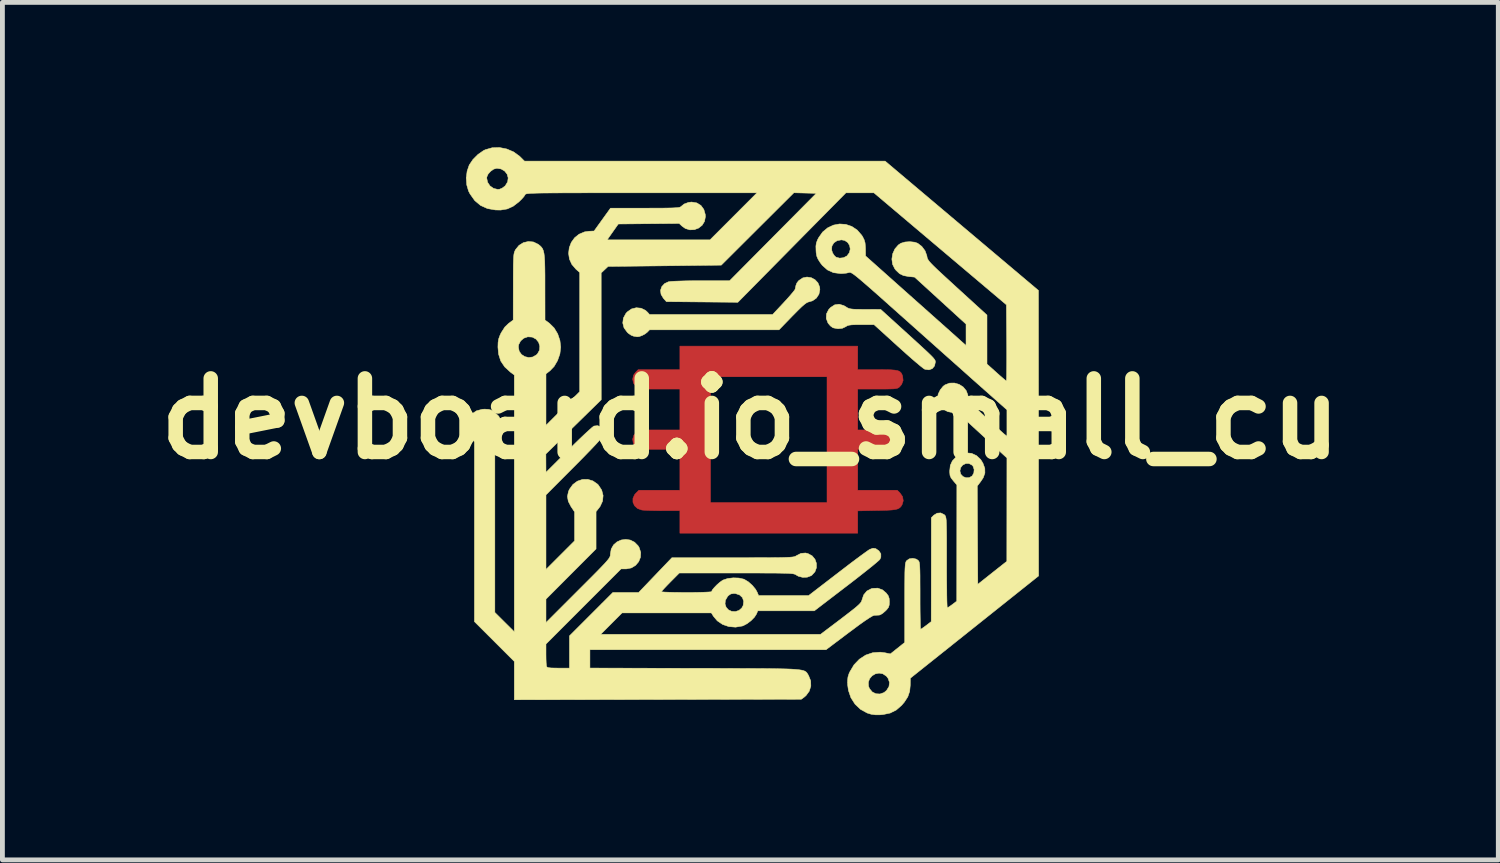
<source format=kicad_pcb>
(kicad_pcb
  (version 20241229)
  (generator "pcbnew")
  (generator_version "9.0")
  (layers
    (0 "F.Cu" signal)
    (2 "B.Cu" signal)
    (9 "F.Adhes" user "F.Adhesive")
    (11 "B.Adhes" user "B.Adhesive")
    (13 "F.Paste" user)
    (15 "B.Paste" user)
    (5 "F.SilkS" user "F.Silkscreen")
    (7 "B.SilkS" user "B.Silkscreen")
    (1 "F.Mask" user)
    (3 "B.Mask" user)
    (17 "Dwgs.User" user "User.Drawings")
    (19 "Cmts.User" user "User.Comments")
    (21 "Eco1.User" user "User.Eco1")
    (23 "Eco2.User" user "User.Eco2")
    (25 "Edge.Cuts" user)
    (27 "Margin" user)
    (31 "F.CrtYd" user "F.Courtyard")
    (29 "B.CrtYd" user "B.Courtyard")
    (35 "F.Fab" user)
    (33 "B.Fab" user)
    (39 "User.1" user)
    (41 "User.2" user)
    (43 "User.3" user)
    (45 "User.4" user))
  (footprint "devboard.io_small_cu"
    (layer "F.Cu")
    (at 12.49 5.621)
    (property "Reference" "devboard.io_small_cu" (at 0 0 0) (layer "F.SilkS") (effects (font (size 1.524 1.524) (thickness 0.3))))
    (attr through_hole)
    (fp_poly (pts (xy 2.223 -1.016) (xy 2.631 -1.016) (xy 2.785 -1.015) (xy 2.903 -1.013) (xy 2.99 -1.006) (xy 3.052 -0.995) (xy 3.093 -0.977) (xy 3.121 -0.951) (xy 3.14 -0.916) (xy 3.153 -0.881) (xy 3.163 -0.792) (xy 3.132 -0.71) (xy 3.088 -0.658) (xy 3.069 -0.643) (xy 3.046 -0.631) (xy 3.013 -0.624) (xy 2.964 -0.618) (xy 2.892 -0.616) (xy 2.79 -0.614) (xy 2.654 -0.614) (xy 2.631 -0.614) (xy 2.223 -0.614) (xy 2.223 0.233) (xy 2.625 0.233) (xy 2.781 0.234) (xy 2.901 0.237) (xy 2.989 0.244) (xy 3.052 0.256) (xy 3.094 0.275) (xy 3.123 0.303) (xy 3.143 0.34) (xy 3.154 0.37) (xy 3.162 0.448) (xy 3.143 0.526) (xy 3.102 0.59) (xy 3.072 0.612) (xy 3.035 0.621) (xy 2.959 0.627) (xy 2.849 0.632) (xy 2.711 0.635) (xy 2.626 0.635) (xy 2.223 0.635) (xy 2.223 1.482) (xy 3.042 1.482) (xy 3.097 1.536) (xy 3.152 1.615) (xy 3.166 1.7) (xy 3.144 1.776) (xy 3.122 1.814) (xy 3.095 1.843) (xy 3.059 1.865) (xy 3.007 1.88) (xy 2.932 1.89) (xy 2.831 1.896) (xy 2.695 1.9) (xy 2.619 1.901) (xy 2.223 1.909) (xy 2.223 2.371) (xy -1.46 2.371) (xy -1.46 1.905) (xy -1.815 1.905) (xy -1.94 1.904) (xy -2.055 1.902) (xy -2.153 1.898) (xy -2.223 1.894) (xy -2.249 1.891) (xy -2.337 1.86) (xy -2.399 1.803) (xy -2.432 1.73) (xy -2.432 1.65) (xy -2.397 1.572) (xy -2.372 1.544) (xy -2.31 1.482) (xy -1.46 1.482) (xy -1.46 0.635) (xy -2.323 0.635) (xy -2.378 0.579) (xy -2.426 0.505) (xy -2.438 0.423) (xy -2.414 0.343) (xy -2.369 0.288) (xy -2.304 0.233) (xy -1.46 0.233) (xy -1.46 -0.614) (xy -1.882 -0.614) (xy -2.304 -0.614) (xy -2.369 -0.669) (xy -2.421 -0.737) (xy -2.438 -0.819) (xy -2.427 -0.868) (xy -0.826 -0.868) (xy -0.826 1.736) (xy 1.587 1.736) (xy 1.587 -0.868) (xy -0.826 -0.868) (xy -2.427 -0.868) (xy -2.42 -0.901) (xy -2.378 -0.96) (xy -2.323 -1.016) (xy -1.46 -1.016) (xy -1.46 -1.503) (xy 2.223 -1.503) (xy 2.223 -1.016)) (stroke (width 0.01) (type solid)) (fill yes) (layer "F.Cu"))
    (fp_poly (pts (xy 2.223 -1.016) (xy 2.631 -1.016) (xy 2.785 -1.015) (xy 2.903 -1.013) (xy 2.99 -1.006) (xy 3.052 -0.995) (xy 3.093 -0.977) (xy 3.121 -0.951) (xy 3.14 -0.916) (xy 3.153 -0.881) (xy 3.163 -0.792) (xy 3.132 -0.71) (xy 3.088 -0.658) (xy 3.069 -0.643) (xy 3.046 -0.631) (xy 3.013 -0.624) (xy 2.964 -0.618) (xy 2.892 -0.616) (xy 2.79 -0.614) (xy 2.654 -0.614) (xy 2.631 -0.614) (xy 2.223 -0.614) (xy 2.223 0.233) (xy 2.625 0.233) (xy 2.781 0.234) (xy 2.901 0.237) (xy 2.989 0.244) (xy 3.052 0.256) (xy 3.094 0.275) (xy 3.123 0.303) (xy 3.143 0.34) (xy 3.154 0.37) (xy 3.162 0.448) (xy 3.143 0.526) (xy 3.102 0.59) (xy 3.072 0.612) (xy 3.035 0.621) (xy 2.959 0.627) (xy 2.849 0.632) (xy 2.711 0.635) (xy 2.626 0.635) (xy 2.223 0.635) (xy 2.223 1.482) (xy 3.042 1.482) (xy 3.097 1.536) (xy 3.152 1.615) (xy 3.166 1.7) (xy 3.144 1.776) (xy 3.122 1.814) (xy 3.095 1.843) (xy 3.059 1.865) (xy 3.007 1.88) (xy 2.932 1.89) (xy 2.831 1.896) (xy 2.695 1.9) (xy 2.619 1.901) (xy 2.223 1.909) (xy 2.223 2.371) (xy -1.46 2.371) (xy -1.46 1.905) (xy -1.815 1.905) (xy -1.94 1.904) (xy -2.055 1.902) (xy -2.153 1.898) (xy -2.223 1.894) (xy -2.249 1.891) (xy -2.337 1.86) (xy -2.399 1.803) (xy -2.432 1.73) (xy -2.432 1.65) (xy -2.397 1.572) (xy -2.372 1.544) (xy -2.31 1.482) (xy -1.46 1.482) (xy -1.46 0.635) (xy -2.323 0.635) (xy -2.378 0.579) (xy -2.426 0.505) (xy -2.438 0.423) (xy -2.414 0.343) (xy -2.369 0.288) (xy -2.304 0.233) (xy -1.46 0.233) (xy -1.46 -0.614) (xy -1.882 -0.614) (xy -2.304 -0.614) (xy -2.369 -0.669) (xy -2.421 -0.737) (xy -2.438 -0.819) (xy -2.427 -0.868) (xy -0.826 -0.868) (xy -0.826 1.736) (xy 1.587 1.736) (xy 1.587 -0.868) (xy -0.826 -0.868) (xy -2.427 -0.868) (xy -2.42 -0.901) (xy -2.378 -0.96) (xy -2.323 -1.016) (xy -1.46 -1.016) (xy -1.46 -1.503) (xy 2.223 -1.503) (xy 2.223 -1.016)) (stroke (width 0.01) (type solid)) (fill yes) (layer "F.Mask"))
    (fp_poly (pts (xy 1.259 -2.921) (xy 1.338 -2.879) (xy 1.399 -2.814) (xy 1.434 -2.728) (xy 1.439 -2.675) (xy 1.42 -2.579) (xy 1.367 -2.498) (xy 1.288 -2.442) (xy 1.228 -2.424) (xy 1.195 -2.415) (xy 1.16 -2.398) (xy 1.118 -2.367) (xy 1.064 -2.32) (xy 0.993 -2.251) (xy 0.9 -2.157) (xy 0.869 -2.126) (xy 0.593 -1.841) (xy -2.088 -1.841) (xy -2.138 -1.789) (xy -2.182 -1.755) (xy -2.242 -1.723) (xy -2.303 -1.701) (xy -2.347 -1.696) (xy -2.349 -1.697) (xy -2.376 -1.702) (xy -2.419 -1.709) (xy -2.47 -1.729) (xy -2.528 -1.769) (xy -2.55 -1.79) (xy -2.617 -1.882) (xy -2.643 -1.983) (xy -2.63 -2.084) (xy -2.578 -2.18) (xy -2.55 -2.211) (xy -2.462 -2.273) (xy -2.363 -2.298) (xy -2.263 -2.288) (xy -2.171 -2.243) (xy -2.129 -2.204) (xy -2.089 -2.159) (xy 0.462 -2.159) (xy 0.691 -2.404) (xy 0.77 -2.49) (xy 0.838 -2.568) (xy 0.89 -2.63) (xy 0.921 -2.672) (xy 0.927 -2.685) (xy 0.943 -2.76) (xy 0.962 -2.809) (xy 0.993 -2.85) (xy 1.006 -2.863) (xy 1.085 -2.916) (xy 1.172 -2.934) (xy 1.259 -2.921)) (stroke (width 0.01) (type solid)) (fill yes) (layer "F.SilkS"))
    (fp_poly (pts (xy 1.934 -2.343) (xy 1.977 -2.318) (xy 2.009 -2.297) (xy 2.041 -2.283) (xy 2.08 -2.274) (xy 2.134 -2.268) (xy 2.212 -2.265) (xy 2.321 -2.264) (xy 2.377 -2.264) (xy 2.699 -2.263) (xy 3.143 -1.86) (xy 3.308 -1.71) (xy 3.444 -1.586) (xy 3.554 -1.485) (xy 3.642 -1.404) (xy 3.708 -1.341) (xy 3.757 -1.293) (xy 3.791 -1.256) (xy 3.812 -1.229) (xy 3.825 -1.208) (xy 3.83 -1.191) (xy 3.831 -1.175) (xy 3.831 -1.173) (xy 3.814 -1.093) (xy 3.767 -1.037) (xy 3.699 -1.012) (xy 3.62 -1.022) (xy 3.607 -1.027) (xy 3.577 -1.047) (xy 3.519 -1.093) (xy 3.439 -1.16) (xy 3.341 -1.244) (xy 3.23 -1.342) (xy 3.109 -1.451) (xy 3.054 -1.5) (xy 2.562 -1.947) (xy 2.295 -1.947) (xy 2.181 -1.947) (xy 2.101 -1.944) (xy 2.047 -1.937) (xy 2.01 -1.927) (xy 1.982 -1.911) (xy 1.974 -1.905) (xy 1.903 -1.872) (xy 1.815 -1.863) (xy 1.726 -1.879) (xy 1.704 -1.887) (xy 1.657 -1.922) (xy 1.612 -1.975) (xy 1.606 -1.984) (xy 1.571 -2.077) (xy 1.576 -2.171) (xy 1.621 -2.26) (xy 1.66 -2.302) (xy 1.746 -2.358) (xy 1.838 -2.371) (xy 1.934 -2.343)) (stroke (width 0.01) (type solid)) (fill yes) (layer "F.SilkS"))
    (fp_poly (pts (xy -5.046 -5.586) (xy -4.903 -5.525) (xy -4.779 -5.435) (xy -4.765 -5.421) (xy -4.678 -5.334) (xy 2.791 -5.334) (xy 4.378 -3.995) (xy 5.966 -2.656) (xy 5.969 3.256) (xy 4.641 4.315) (xy 3.313 5.374) (xy 3.311 5.518) (xy 3.299 5.646) (xy 3.26 5.759) (xy 3.189 5.869) (xy 3.133 5.935) (xy 3.021 6.033) (xy 2.895 6.096) (xy 2.747 6.127) (xy 2.689 6.132) (xy 2.585 6.132) (xy 2.503 6.121) (xy 2.422 6.096) (xy 2.415 6.093) (xy 2.279 6.018) (xy 2.167 5.911) (xy 2.082 5.778) (xy 2.03 5.626) (xy 2.014 5.51) (xy 2.013 5.457) (xy 2.443 5.457) (xy 2.447 5.539) (xy 2.465 5.587) (xy 2.523 5.658) (xy 2.599 5.696) (xy 2.684 5.701) (xy 2.767 5.672) (xy 2.82 5.628) (xy 2.87 5.548) (xy 2.881 5.462) (xy 2.852 5.378) (xy 2.817 5.332) (xy 2.743 5.283) (xy 2.665 5.269) (xy 2.588 5.284) (xy 2.521 5.324) (xy 2.47 5.384) (xy 2.443 5.457) (xy 2.013 5.457) (xy 2.013 5.418) (xy 2.021 5.348) (xy 2.042 5.281) (xy 2.058 5.245) (xy 2.146 5.097) (xy 2.258 4.98) (xy 2.389 4.895) (xy 2.535 4.846) (xy 2.69 4.835) (xy 2.784 4.847) (xy 2.899 4.871) (xy 3.196 4.634) (xy 3.196 3.811) (xy 3.196 3.602) (xy 3.197 3.432) (xy 3.198 3.295) (xy 3.199 3.188) (xy 3.202 3.107) (xy 3.206 3.047) (xy 3.21 3.005) (xy 3.217 2.976) (xy 3.225 2.956) (xy 3.235 2.942) (xy 3.236 2.94) (xy 3.291 2.902) (xy 3.363 2.891) (xy 3.434 2.907) (xy 3.47 2.931) (xy 3.482 2.943) (xy 3.492 2.958) (xy 3.499 2.982) (xy 3.504 3.018) (xy 3.508 3.071) (xy 3.511 3.146) (xy 3.513 3.247) (xy 3.513 3.378) (xy 3.514 3.545) (xy 3.514 3.665) (xy 3.514 3.832) (xy 3.515 3.984) (xy 3.517 4.117) (xy 3.519 4.226) (xy 3.521 4.306) (xy 3.524 4.351) (xy 3.526 4.36) (xy 3.548 4.348) (xy 3.593 4.317) (xy 3.642 4.281) (xy 3.745 4.202) (xy 3.746 3.126) (xy 3.747 2.051) (xy 3.798 1.999) (xy 3.867 1.957) (xy 3.941 1.951) (xy 4.01 1.984) (xy 4.018 1.99) (xy 4.029 2.001) (xy 4.038 2.014) (xy 4.045 2.033) (xy 4.051 2.061) (xy 4.056 2.102) (xy 4.059 2.161) (xy 4.061 2.241) (xy 4.063 2.346) (xy 4.064 2.479) (xy 4.064 2.645) (xy 4.064 2.847) (xy 4.064 2.975) (xy 4.064 3.17) (xy 4.065 3.351) (xy 4.067 3.515) (xy 4.068 3.656) (xy 4.07 3.771) (xy 4.073 3.855) (xy 4.076 3.904) (xy 4.078 3.916) (xy 4.101 3.904) (xy 4.146 3.874) (xy 4.183 3.847) (xy 4.274 3.778) (xy 4.275 2.575) (xy 4.276 1.372) (xy 4.202 1.285) (xy 4.156 1.226) (xy 4.134 1.174) (xy 4.128 1.107) (xy 4.128 1.085) (xy 4.128 1.081) (xy 4.339 1.081) (xy 4.357 1.149) (xy 4.403 1.198) (xy 4.466 1.223) (xy 4.534 1.22) (xy 4.593 1.185) (xy 4.627 1.125) (xy 4.634 1.054) (xy 4.613 0.988) (xy 4.593 0.963) (xy 4.529 0.929) (xy 4.46 0.929) (xy 4.398 0.959) (xy 4.355 1.013) (xy 4.339 1.081) (xy 4.128 1.081) (xy 4.14 0.968) (xy 4.182 0.875) (xy 4.255 0.797) (xy 4.36 0.732) (xy 4.472 0.707) (xy 4.582 0.718) (xy 4.684 0.765) (xy 4.77 0.846) (xy 4.816 0.921) (xy 4.855 1.028) (xy 4.857 1.126) (xy 4.822 1.223) (xy 4.771 1.3) (xy 4.699 1.395) (xy 4.704 2.412) (xy 4.71 3.429) (xy 5.01 3.191) (xy 5.311 2.953) (xy 5.312 1.883) (xy 5.313 0.813) (xy 4.802 0.343) (xy 4.29 -0.127) (xy 4.191 -0.127) (xy 4.087 -0.146) (xy 3.996 -0.197) (xy 3.925 -0.272) (xy 3.882 -0.364) (xy 3.873 -0.429) (xy 3.89 -0.511) (xy 3.932 -0.597) (xy 3.991 -0.67) (xy 4.028 -0.699) (xy 4.125 -0.737) (xy 4.226 -0.739) (xy 4.323 -0.711) (xy 4.407 -0.657) (xy 4.47 -0.581) (xy 4.505 -0.488) (xy 4.508 -0.443) (xy 4.51 -0.417) (xy 4.518 -0.391) (xy 4.536 -0.361) (xy 4.568 -0.323) (xy 4.617 -0.271) (xy 4.688 -0.203) (xy 4.783 -0.114) (xy 4.862 -0.041) (xy 4.966 0.056) (xy 5.063 0.144) (xy 5.147 0.22) (xy 5.212 0.279) (xy 5.254 0.316) (xy 5.264 0.324) (xy 5.313 0.363) (xy 5.313 -0.184) (xy 4.695 -0.732) (xy 4.561 -0.851) (xy 4.401 -0.994) (xy 4.22 -1.155) (xy 4.023 -1.33) (xy 3.817 -1.514) (xy 3.606 -1.702) (xy 3.396 -1.889) (xy 3.193 -2.07) (xy 3.087 -2.164) (xy 2.885 -2.344) (xy 2.713 -2.498) (xy 2.567 -2.627) (xy 2.445 -2.734) (xy 2.345 -2.821) (xy 2.264 -2.89) (xy 2.201 -2.942) (xy 2.152 -2.98) (xy 2.115 -3.006) (xy 2.088 -3.021) (xy 2.068 -3.029) (xy 2.053 -3.029) (xy 2.042 -3.027) (xy 1.99 -3.015) (xy 1.915 -3.007) (xy 1.865 -3.006) (xy 1.721 -3.024) (xy 1.596 -3.081) (xy 1.489 -3.176) (xy 1.447 -3.231) (xy 1.401 -3.304) (xy 1.375 -3.366) (xy 1.362 -3.438) (xy 1.359 -3.489) (xy 1.359 -3.497) (xy 1.682 -3.497) (xy 1.703 -3.432) (xy 1.736 -3.381) (xy 1.772 -3.346) (xy 1.773 -3.346) (xy 1.847 -3.325) (xy 1.929 -3.334) (xy 2 -3.371) (xy 2.05 -3.438) (xy 2.068 -3.513) (xy 2.055 -3.587) (xy 2.015 -3.65) (xy 1.952 -3.692) (xy 1.885 -3.704) (xy 1.796 -3.687) (xy 1.729 -3.642) (xy 1.689 -3.576) (xy 1.682 -3.497) (xy 1.359 -3.497) (xy 1.357 -3.574) (xy 1.366 -3.638) (xy 1.389 -3.701) (xy 1.412 -3.746) (xy 1.496 -3.866) (xy 1.601 -3.953) (xy 1.72 -4.009) (xy 1.847 -4.033) (xy 1.976 -4.024) (xy 2.1 -3.982) (xy 2.211 -3.908) (xy 2.305 -3.8) (xy 2.322 -3.774) (xy 2.356 -3.707) (xy 2.375 -3.643) (xy 2.382 -3.563) (xy 2.384 -3.521) (xy 2.386 -3.37) (xy 3.378 -2.486) (xy 3.554 -2.33) (xy 3.721 -2.181) (xy 3.877 -2.042) (xy 4.019 -1.916) (xy 4.144 -1.804) (xy 4.249 -1.711) (xy 4.331 -1.637) (xy 4.388 -1.586) (xy 4.417 -1.561) (xy 4.419 -1.559) (xy 4.466 -1.517) (xy 4.466 -1.959) (xy 3.401 -2.932) (xy 3.279 -2.944) (xy 3.171 -2.964) (xy 3.089 -3.004) (xy 3.017 -3.072) (xy 2.991 -3.104) (xy 2.944 -3.199) (xy 2.93 -3.306) (xy 2.947 -3.415) (xy 2.992 -3.515) (xy 3.063 -3.597) (xy 3.116 -3.633) (xy 3.201 -3.659) (xy 3.304 -3.666) (xy 3.404 -3.655) (xy 3.465 -3.633) (xy 3.55 -3.568) (xy 3.617 -3.478) (xy 3.654 -3.377) (xy 3.657 -3.36) (xy 3.661 -3.336) (xy 3.669 -3.313) (xy 3.683 -3.288) (xy 3.706 -3.256) (xy 3.742 -3.216) (xy 3.793 -3.164) (xy 3.862 -3.097) (xy 3.952 -3.013) (xy 4.067 -2.907) (xy 4.209 -2.777) (xy 4.284 -2.708) (xy 4.9 -2.146) (xy 4.9 -1.132) (xy 5.094 -0.958) (xy 5.169 -0.891) (xy 5.233 -0.836) (xy 5.279 -0.798) (xy 5.3 -0.783) (xy 5.301 -0.783) (xy 5.303 -0.804) (xy 5.306 -0.862) (xy 5.307 -0.953) (xy 5.308 -1.072) (xy 5.309 -1.216) (xy 5.309 -1.378) (xy 5.308 -1.555) (xy 5.308 -1.571) (xy 5.302 -2.359) (xy 2.558 -4.678) (xy 2.269 -4.678) (xy 1.979 -4.678) (xy 0.86 -3.545) (xy -0.259 -2.411) (xy -1.739 -2.424) (xy -1.801 -2.493) (xy -1.85 -2.574) (xy -1.861 -2.658) (xy -1.835 -2.735) (xy -1.777 -2.798) (xy -1.698 -2.835) (xy -1.654 -2.842) (xy -1.574 -2.847) (xy -1.463 -2.851) (xy -1.325 -2.855) (xy -1.168 -2.857) (xy -1.025 -2.857) (xy -0.43 -2.857) (xy 1.365 -4.667) (xy 1.133 -4.673) (xy 0.901 -4.679) (xy 0.149 -3.93) (xy -0.603 -3.18) (xy -1.775 -3.166) (xy -2.947 -3.153) (xy -3.019 -3.085) (xy -3.09 -3.018) (xy -3.09 -1.705) (xy -3.089 -0.392) (xy -3.662 0.169) (xy -4.235 0.73) (xy -4.234 0.921) (xy -4.233 1.111) (xy -3.762 0.641) (xy -3.644 0.524) (xy -3.534 0.417) (xy -3.435 0.323) (xy -3.351 0.246) (xy -3.288 0.189) (xy -3.248 0.157) (xy -3.239 0.152) (xy -3.163 0.144) (xy -3.098 0.169) (xy -3.051 0.221) (xy -3.032 0.29) (xy -3.036 0.332) (xy -3.056 0.366) (xy -3.108 0.428) (xy -3.19 0.52) (xy -3.304 0.64) (xy -3.448 0.789) (xy -3.624 0.967) (xy -3.642 0.985) (xy -4.233 1.578) (xy -4.233 2.35) (xy -4.233 3.122) (xy -3.641 2.53) (xy -3.641 1.93) (xy -3.715 1.82) (xy -3.771 1.712) (xy -3.789 1.61) (xy -3.767 1.506) (xy -3.747 1.461) (xy -3.675 1.362) (xy -3.583 1.294) (xy -3.478 1.258) (xy -3.367 1.256) (xy -3.26 1.289) (xy -3.163 1.357) (xy -3.147 1.375) (xy -3.079 1.479) (xy -3.05 1.591) (xy -3.061 1.706) (xy -3.111 1.815) (xy -3.132 1.844) (xy -3.196 1.924) (xy -3.196 2.697) (xy -3.715 3.217) (xy -4.233 3.737) (xy -4.233 4.222) (xy -3.567 3.556) (xy -3.408 3.397) (xy -3.277 3.266) (xy -3.17 3.158) (xy -3.086 3.071) (xy -3.021 3.003) (xy -2.974 2.95) (xy -2.94 2.909) (xy -2.919 2.878) (xy -2.907 2.853) (xy -2.901 2.832) (xy -2.9 2.811) (xy -2.9 2.805) (xy -2.882 2.699) (xy -2.834 2.614) (xy -2.762 2.551) (xy -2.676 2.512) (xy -2.581 2.499) (xy -2.487 2.513) (xy -2.399 2.557) (xy -2.326 2.631) (xy -2.304 2.667) (xy -2.271 2.768) (xy -2.276 2.869) (xy -2.313 2.961) (xy -2.377 3.037) (xy -2.464 3.09) (xy -2.57 3.111) (xy -2.58 3.111) (xy -2.678 3.111) (xy -3.456 3.889) (xy -4.233 4.667) (xy -4.233 4.883) (xy -4.232 4.977) (xy -4.229 5.057) (xy -4.224 5.113) (xy -4.22 5.131) (xy -4.208 5.146) (xy -4.179 5.156) (xy -4.127 5.162) (xy -4.044 5.164) (xy -3.977 5.165) (xy -3.747 5.165) (xy -3.747 4.498) (xy -3.086 3.837) (xy -0.525 3.837) (xy -0.502 3.905) (xy -0.454 3.959) (xy -0.387 3.99) (xy -0.307 3.994) (xy -0.234 3.969) (xy -0.178 3.92) (xy -0.149 3.866) (xy -0.139 3.779) (xy -0.165 3.704) (xy -0.223 3.65) (xy -0.306 3.622) (xy -0.341 3.619) (xy -0.405 3.629) (xy -0.455 3.663) (xy -0.474 3.685) (xy -0.518 3.762) (xy -0.525 3.837) (xy -3.086 3.837) (xy -2.847 3.598) (xy -2.313 3.598) (xy -1.625 2.879) (xy -0.366 2.879) (xy -0.104 2.879) (xy 0.12 2.878) (xy 0.308 2.878) (xy 0.464 2.877) (xy 0.59 2.876) (xy 0.691 2.874) (xy 0.769 2.871) (xy 0.828 2.868) (xy 0.871 2.864) (xy 0.902 2.859) (xy 0.924 2.852) (xy 0.94 2.845) (xy 0.951 2.838) (xy 1.047 2.789) (xy 1.142 2.781) (xy 1.192 2.793) (xy 1.279 2.84) (xy 1.338 2.911) (xy 1.368 2.996) (xy 1.368 3.086) (xy 1.337 3.171) (xy 1.272 3.242) (xy 1.257 3.252) (xy 1.178 3.282) (xy 1.084 3.286) (xy 0.995 3.263) (xy 0.957 3.242) (xy 0.943 3.232) (xy 0.927 3.224) (xy 0.907 3.217) (xy 0.878 3.211) (xy 0.838 3.207) (xy 0.783 3.203) (xy 0.709 3.201) (xy 0.613 3.199) (xy 0.492 3.197) (xy 0.342 3.197) (xy 0.16 3.196) (xy -0.058 3.196) (xy -0.289 3.196) (xy -1.472 3.196) (xy -1.657 3.382) (xy -1.727 3.454) (xy -1.786 3.516) (xy -1.825 3.56) (xy -1.841 3.582) (xy -1.841 3.583) (xy -1.821 3.587) (xy -1.764 3.591) (xy -1.677 3.594) (xy -1.564 3.597) (xy -1.432 3.598) (xy -1.323 3.598) (xy -1.18 3.598) (xy -1.052 3.596) (xy -0.945 3.593) (xy -0.864 3.589) (xy -0.816 3.585) (xy -0.804 3.581) (xy -0.789 3.547) (xy -0.749 3.498) (xy -0.695 3.442) (xy -0.635 3.389) (xy -0.579 3.349) (xy -0.564 3.341) (xy -0.469 3.309) (xy -0.355 3.296) (xy -0.237 3.3) (xy -0.136 3.323) (xy -0.125 3.328) (xy -0.042 3.378) (xy 0.04 3.451) (xy 0.108 3.533) (xy 0.14 3.591) (xy 0.17 3.662) (xy 1.207 3.662) (xy 1.805 3.202) (xy 1.946 3.094) (xy 2.079 2.992) (xy 2.201 2.901) (xy 2.305 2.824) (xy 2.389 2.763) (xy 2.447 2.722) (xy 2.473 2.706) (xy 2.539 2.682) (xy 2.595 2.69) (xy 2.657 2.733) (xy 2.662 2.737) (xy 2.702 2.798) (xy 2.702 2.868) (xy 2.682 2.913) (xy 2.66 2.936) (xy 2.608 2.981) (xy 2.53 3.046) (xy 2.429 3.127) (xy 2.31 3.221) (xy 2.176 3.326) (xy 2.031 3.438) (xy 1.99 3.469) (xy 1.324 3.979) (xy 0.153 3.979) (xy 0.127 4.044) (xy 0.084 4.111) (xy 0.014 4.182) (xy -0.067 4.244) (xy -0.148 4.287) (xy -0.165 4.293) (xy -0.307 4.317) (xy -0.447 4.305) (xy -0.575 4.261) (xy -0.685 4.186) (xy -0.764 4.093) (xy -0.808 4.022) (xy -2.657 4.022) (xy -2.879 4.244) (xy -3.1 4.466) (xy 1.453 4.466) (xy 1.875 4.147) (xy 2.008 4.045) (xy 2.111 3.965) (xy 2.187 3.904) (xy 2.241 3.856) (xy 2.276 3.82) (xy 2.297 3.791) (xy 2.307 3.767) (xy 2.309 3.76) (xy 2.346 3.649) (xy 2.412 3.569) (xy 2.505 3.52) (xy 2.529 3.514) (xy 2.638 3.509) (xy 2.737 3.545) (xy 2.813 3.61) (xy 2.855 3.666) (xy 2.874 3.721) (xy 2.879 3.792) (xy 2.875 3.859) (xy 2.86 3.907) (xy 2.824 3.954) (xy 2.796 3.982) (xy 2.742 4.029) (xy 2.692 4.06) (xy 2.669 4.067) (xy 2.613 4.07) (xy 2.566 4.072) (xy 2.53 4.085) (xy 2.466 4.123) (xy 2.372 4.185) (xy 2.248 4.273) (xy 2.094 4.388) (xy 2.038 4.429) (xy 1.567 4.784) (xy -3.323 4.784) (xy -3.323 5.164) (xy -1.148 5.17) (xy -0.79 5.17) (xy -0.471 5.171) (xy -0.189 5.172) (xy 0.057 5.173) (xy 0.271 5.174) (xy 0.454 5.176) (xy 0.61 5.179) (xy 0.741 5.182) (xy 0.849 5.186) (xy 0.936 5.192) (xy 1.005 5.199) (xy 1.059 5.207) (xy 1.1 5.217) (xy 1.13 5.229) (xy 1.151 5.243) (xy 1.167 5.258) (xy 1.18 5.277) (xy 1.192 5.297) (xy 1.205 5.32) (xy 1.208 5.326) (xy 1.249 5.429) (xy 1.252 5.538) (xy 1.219 5.643) (xy 1.152 5.734) (xy 1.115 5.766) (xy 1.055 5.81) (xy -1.917 5.816) (xy -4.889 5.821) (xy -4.889 5.027) (xy -5.715 4.202) (xy -5.715 0.482) (xy -5.778 0.403) (xy -5.843 0.305) (xy -5.875 0.215) (xy -5.875 0.124) (xy -5.874 0.117) (xy -5.836 -0.005) (xy -5.767 -0.1) (xy -5.671 -0.164) (xy -5.55 -0.195) (xy -5.502 -0.198) (xy -5.421 -0.193) (xy -5.363 -0.177) (xy -5.308 -0.143) (xy -5.302 -0.139) (xy -5.211 -0.051) (xy -5.159 0.046) (xy -5.144 0.155) (xy -5.16 0.275) (xy -5.211 0.372) (xy -5.247 0.411) (xy -5.292 0.451) (xy -5.292 4.012) (xy -5.091 4.212) (xy -4.889 4.412) (xy -4.889 -0.905) (xy -4.969 -0.964) (xy -5.088 -1.073) (xy -5.17 -1.195) (xy -5.215 -1.338) (xy -5.228 -1.482) (xy -4.805 -1.482) (xy -4.787 -1.395) (xy -4.739 -1.329) (xy -4.67 -1.285) (xy -4.59 -1.267) (xy -4.507 -1.278) (xy -4.431 -1.322) (xy -4.408 -1.345) (xy -4.367 -1.42) (xy -4.361 -1.503) (xy -4.386 -1.583) (xy -4.439 -1.648) (xy -4.517 -1.69) (xy -4.519 -1.69) (xy -4.61 -1.696) (xy -4.693 -1.667) (xy -4.758 -1.611) (xy -4.798 -1.535) (xy -4.805 -1.482) (xy -5.228 -1.482) (xy -5.228 -1.484) (xy -5.225 -1.578) (xy -5.214 -1.649) (xy -5.189 -1.719) (xy -5.163 -1.776) (xy -5.086 -1.897) (xy -5.005 -1.975) (xy -4.912 -2.043) (xy -4.911 -2.731) (xy -4.911 -2.92) (xy -4.91 -3.071) (xy -4.909 -3.19) (xy -4.906 -3.281) (xy -4.903 -3.349) (xy -4.898 -3.398) (xy -4.891 -3.435) (xy -4.882 -3.463) (xy -4.871 -3.487) (xy -4.863 -3.502) (xy -4.792 -3.589) (xy -4.701 -3.646) (xy -4.598 -3.67) (xy -4.493 -3.66) (xy -4.396 -3.613) (xy -4.39 -3.609) (xy -4.355 -3.581) (xy -4.326 -3.552) (xy -4.304 -3.52) (xy -4.287 -3.478) (xy -4.274 -3.422) (xy -4.265 -3.347) (xy -4.259 -3.25) (xy -4.256 -3.125) (xy -4.254 -2.968) (xy -4.254 -2.774) (xy -4.254 -2.726) (xy -4.253 -2.043) (xy -4.16 -1.974) (xy -4.065 -1.88) (xy -3.991 -1.758) (xy -3.944 -1.619) (xy -3.928 -1.482) (xy -3.945 -1.341) (xy -3.993 -1.204) (xy -4.064 -1.083) (xy -4.149 -0.994) (xy -4.233 -0.928) (xy -4.233 -0.395) (xy -4.233 0.137) (xy -3.535 -0.56) (xy -3.535 -1.794) (xy -3.535 -3.028) (xy -3.612 -3.096) (xy -3.698 -3.196) (xy -3.748 -3.307) (xy -3.765 -3.425) (xy -3.751 -3.542) (xy -3.709 -3.651) (xy -3.641 -3.746) (xy -3.548 -3.821) (xy -3.434 -3.869) (xy -3.344 -3.882) (xy -3.237 -3.887) (xy -3.067 -4.124) (xy -2.897 -4.36) (xy -2.182 -4.36) (xy -1.986 -4.361) (xy -1.828 -4.361) (xy -1.704 -4.363) (xy -1.61 -4.365) (xy -1.541 -4.369) (xy -1.494 -4.373) (xy -1.463 -4.379) (xy -1.445 -4.387) (xy -1.438 -4.393) (xy -1.372 -4.446) (xy -1.283 -4.479) (xy -1.217 -4.487) (xy -1.11 -4.469) (xy -1.024 -4.416) (xy -0.964 -4.334) (xy -0.934 -4.228) (xy -0.931 -4.185) (xy -0.95 -4.086) (xy -0.999 -4.006) (xy -1.072 -3.948) (xy -1.159 -3.915) (xy -1.254 -3.911) (xy -1.347 -3.939) (xy -1.418 -3.99) (xy -1.474 -4.043) (xy -2.104 -4.038) (xy -2.735 -4.032) (xy -2.851 -3.868) (xy -2.966 -3.704) (xy -0.836 -3.704) (xy 0.137 -4.678) (xy -2.258 -4.678) (xy -2.628 -4.678) (xy -2.957 -4.678) (xy -3.248 -4.678) (xy -3.505 -4.677) (xy -3.728 -4.677) (xy -3.92 -4.676) (xy -4.084 -4.675) (xy -4.221 -4.674) (xy -4.335 -4.673) (xy -4.427 -4.671) (xy -4.5 -4.668) (xy -4.557 -4.666) (xy -4.598 -4.662) (xy -4.627 -4.659) (xy -4.646 -4.654) (xy -4.658 -4.649) (xy -4.664 -4.644) (xy -4.667 -4.637) (xy -4.667 -4.637) (xy -4.688 -4.603) (xy -4.733 -4.551) (xy -4.791 -4.494) (xy -4.795 -4.49) (xy -4.914 -4.399) (xy -5.035 -4.344) (xy -5.171 -4.321) (xy -5.28 -4.323) (xy -5.445 -4.352) (xy -5.589 -4.417) (xy -5.709 -4.518) (xy -5.806 -4.655) (xy -5.837 -4.715) (xy -5.874 -4.842) (xy -5.884 -4.984) (xy -5.884 -4.986) (xy -5.461 -4.986) (xy -5.442 -4.896) (xy -5.392 -4.821) (xy -5.32 -4.77) (xy -5.235 -4.749) (xy -5.196 -4.752) (xy -5.14 -4.775) (xy -5.084 -4.817) (xy -5.075 -4.826) (xy -5.027 -4.905) (xy -5.016 -4.987) (xy -5.038 -5.064) (xy -5.088 -5.128) (xy -5.163 -5.172) (xy -5.25 -5.186) (xy -5.315 -5.169) (xy -5.379 -5.124) (xy -5.432 -5.065) (xy -5.459 -5.003) (xy -5.461 -4.986) (xy -5.884 -4.986) (xy -5.866 -5.127) (xy -5.822 -5.255) (xy -5.821 -5.256) (xy -5.745 -5.369) (xy -5.642 -5.472) (xy -5.526 -5.553) (xy -5.488 -5.571) (xy -5.348 -5.611) (xy -5.197 -5.616) (xy -5.046 -5.586)) (stroke (width 0.01) (type solid)) (fill yes) (layer "F.SilkS")))
  (gr_rect
    (start -3 -3)
    (end 27.979 14.758)
    (stroke (width 0.1) (type default))
    (fill no)
    (layer "Edge.Cuts")))
</source>
